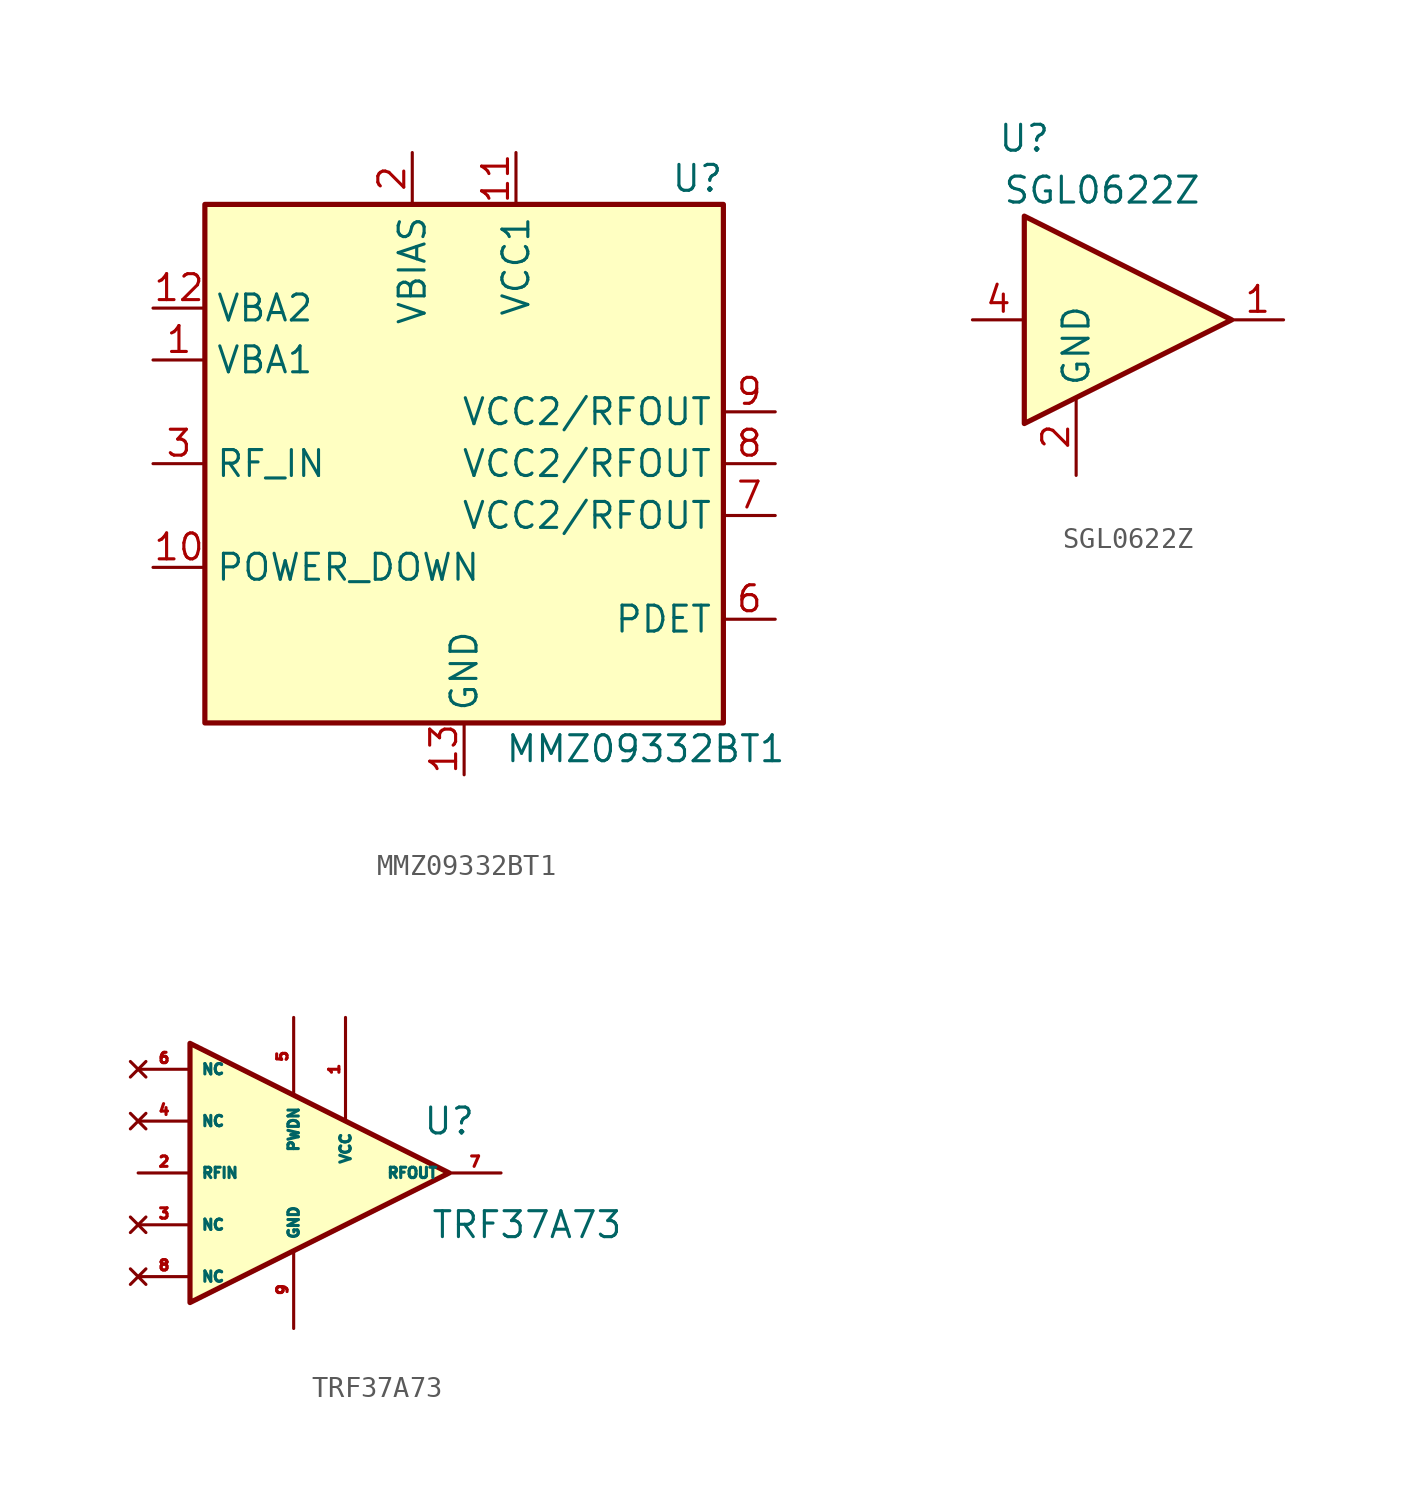
<source format=kicad_sym>
(kicad_symbol_lib
  (version 20201005)
  (generator kicad_symbol_editor)
  (symbol "MMZ09332BT1"
    (property "Reference" "U"
      (at 11.43 13.97 0)
      (effects (font (size 1.27 1.27))))
    (property "Value" "MMZ09332BT1"
      (at 8.89 -13.97 0)
      (effects (font (size 1.27 1.27))))
    (symbol "MMZ09332BT1_0_1"
      (rectangle (start -12.7 12.7) (end 12.7 -12.7) (stroke (width 0.254)) (fill (type background))))
    (symbol "MMZ09332BT1_1_1"
      (pin input line (at -15.24 5.08 0) (length 2.54) (name "VBA1" (effects (font (size 1.27 1.27)))) (number "1" (effects (font (size 1.27 1.27)))))
      (pin input line (at -15.24 -5.08 0) (length 2.54) (name "POWER_DOWN" (effects (font (size 1.27 1.27)))) (number "10" (effects (font (size 1.27 1.27)))))
      (pin power_in line (at 2.54 15.24 270) (length 2.54) (name "VCC1" (effects (font (size 1.27 1.27)))) (number "11" (effects (font (size 1.27 1.27)))))
      (pin input line (at -15.24 7.62 0) (length 2.54) (name "VBA2" (effects (font (size 1.27 1.27)))) (number "12" (effects (font (size 1.27 1.27)))))
      (pin power_in line (at 0 -15.24 90) (length 2.54) (name "GND" (effects (font (size 1.27 1.27)))) (number "13" (effects (font (size 1.27 1.27)))))
      (pin power_in line (at -2.54 15.24 270) (length 2.54) (name "VBIAS" (effects (font (size 1.27 1.27)))) (number "2" (effects (font (size 1.27 1.27)))))
      (pin input line (at -15.24 0 0) (length 2.54) (name "RF_IN" (effects (font (size 1.27 1.27)))) (number "3" (effects (font (size 1.27 1.27)))))
      (pin no_connect line (at -5.08 -12.7 90) (length 2.54) hide (name "NC" (effects (font (size 1.27 1.27)))) (number "4" (effects (font (size 1.27 1.27)))))
      (pin no_connect line (at -7.62 -12.7 90) (length 2.54) hide (name "NC" (effects (font (size 1.27 1.27)))) (number "5" (effects (font (size 1.27 1.27)))))
      (pin output line (at 15.24 -7.62 180) (length 2.54) (name "PDET" (effects (font (size 1.27 1.27)))) (number "6" (effects (font (size 1.27 1.27)))))
      (pin input line (at 15.24 -2.54 180) (length 2.54) (name "VCC2/RFOUT" (effects (font (size 1.27 1.27)))) (number "7" (effects (font (size 1.27 1.27)))))
      (pin input line (at 15.24 0 180) (length 2.54) (name "VCC2/RFOUT" (effects (font (size 1.27 1.27)))) (number "8" (effects (font (size 1.27 1.27)))))
      (pin input line (at 15.24 2.54 180) (length 2.54) (name "VCC2/RFOUT" (effects (font (size 1.27 1.27)))) (number "9" (effects (font (size 1.27 1.27)))))))
  (symbol "SGL0622Z"
    (property "Reference" "U"
      (at -5.08 8.89 0)
      (effects (font (size 1.27 1.27))))
    (property "Value" "SGL0622Z"
      (at -1.27 6.35 0)
      (effects (font (size 1.27 1.27))))
    (symbol "SGL0622Z_1_1"
      (polyline (pts (xy 5.08 0) (xy -5.08 5.08) (xy -5.08 -5.08) (xy 5.08 0)) (stroke (width 0.254)) (fill (type background)))
      (pin output line (at 7.62 0 180) (length 2.54) (name "~" (effects (font (size 1.27 1.27)))) (number "1" (effects (font (size 1.27 1.27)))))
      (pin power_in line (at -2.54 -7.62 90) (length 3.81) (name "GND" (effects (font (size 1.27 1.27)))) (number "2" (effects (font (size 1.27 1.27)))))
      (pin passive line (at -2.54 -7.62 90) (length 2.54) hide (name "GND" (effects (font (size 1.27 1.27)))) (number "3" (effects (font (size 1.27 1.27)))))
      (pin input line (at -7.62 0 0) (length 2.54) (name "~" (effects (font (size 1.27 1.27)))) (number "4" (effects (font (size 1.27 1.27)))))
      (pin passive line (at -2.54 -7.62 90) (length 2.54) hide (name "GND" (effects (font (size 1.27 1.27)))) (number "5" (effects (font (size 1.27 1.27)))))
      (pin passive line (at -2.54 -7.62 90) (length 2.54) hide (name "GND" (effects (font (size 1.27 1.27)))) (number "6" (effects (font (size 1.27 1.27)))))
      (pin passive line (at -2.54 -7.62 90) (length 2.54) hide (name "GND" (effects (font (size 1.27 1.27)))) (number "7" (effects (font (size 1.27 1.27)))))
      (pin passive line (at -2.54 -7.62 90) (length 2.54) hide (name "GND" (effects (font (size 1.27 1.27)))) (number "8" (effects (font (size 1.27 1.27)))))))
  (symbol "TRF37A73"
    (property "Reference" "U"
      (at 7.62 2.54 0)
      (effects (font (size 1.27 1.27))))
    (property "Value" "TRF37A73"
      (at 11.43 -2.54 0)
      (effects (font (size 1.27 1.27))))
    (symbol "TRF37A73_1_1"
      (polyline (pts (xy -5.08 6.35) (xy -5.08 0) (xy -5.08 -6.35) (xy 7.62 0) (xy -5.08 6.35)) (stroke (width 0.254)) (fill (type background)))
      (pin power_in line (at 2.54 7.62 270) (length 5.08) (name "VCC" (effects (font (size 0.508 0.508)))) (number "1" (effects (font (size 0.508 0.508)))))
      (pin input line (at -7.62 0 0) (length 2.54) (name "RFIN" (effects (font (size 0.508 0.508)))) (number "2" (effects (font (size 0.508 0.508)))))
      (pin no_connect line (at -7.62 -2.54 0) (length 2.54) (name "NC" (effects (font (size 0.508 0.508)))) (number "3" (effects (font (size 0.508 0.508)))))
      (pin no_connect line (at -7.62 2.54 0) (length 2.54) (name "NC" (effects (font (size 0.508 0.508)))) (number "4" (effects (font (size 0.508 0.508)))))
      (pin passive line (at 0 7.62 270) (length 3.81) (name "PWDN" (effects (font (size 0.508 0.508)))) (number "5" (effects (font (size 0.508 0.508)))))
      (pin no_connect line (at -7.62 5.08 0) (length 2.54) (name "NC" (effects (font (size 0.508 0.508)))) (number "6" (effects (font (size 0.508 0.508)))))
      (pin output line (at 10.16 0 180) (length 2.54) (name "RFOUT" (effects (font (size 0.508 0.508)))) (number "7" (effects (font (size 0.508 0.508)))))
      (pin no_connect line (at -7.62 -5.08 0) (length 2.54) (name "NC" (effects (font (size 0.508 0.508)))) (number "8" (effects (font (size 0.508 0.508)))))
      (pin power_in line (at 0 -7.62 90) (length 3.81) (name "GND" (effects (font (size 0.508 0.508)))) (number "9" (effects (font (size 0.508 0.508))))))))
</source>
